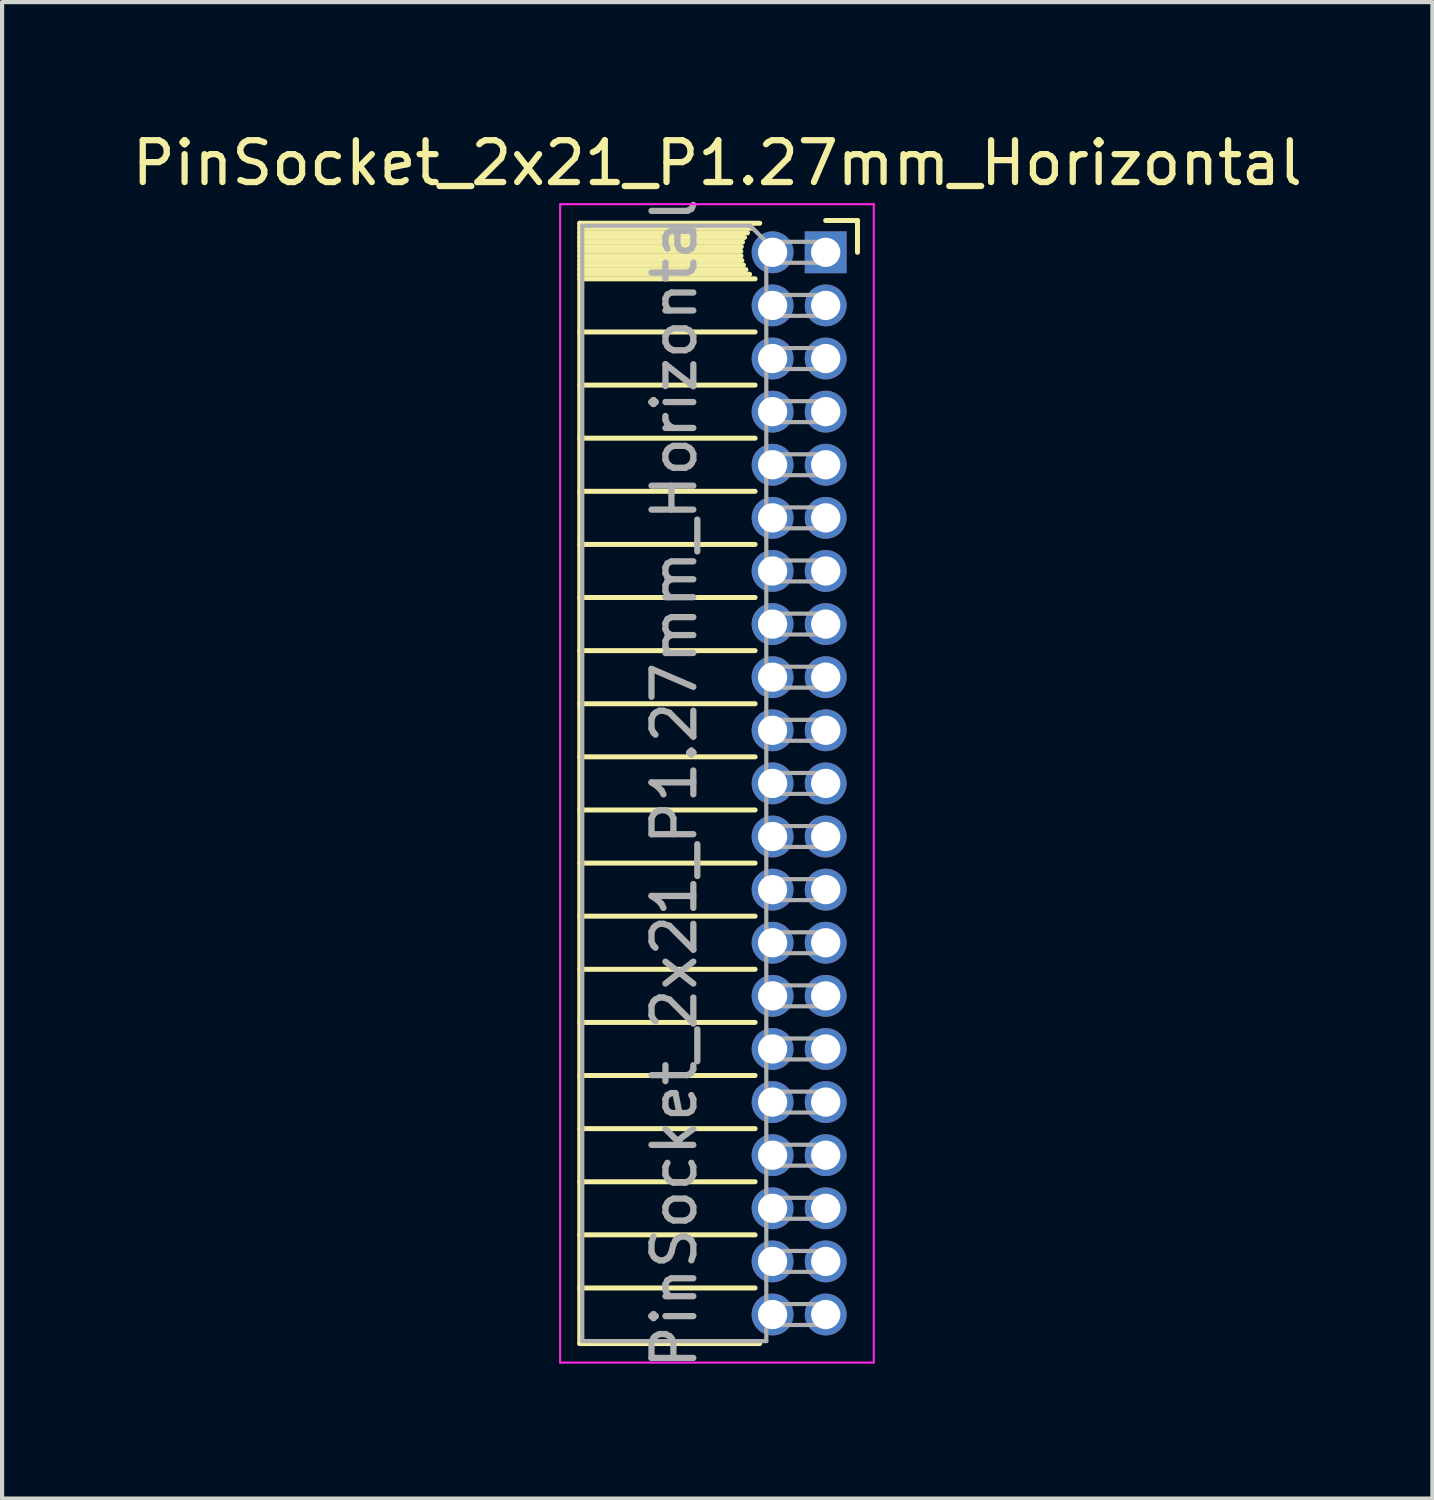
<source format=kicad_pcb>
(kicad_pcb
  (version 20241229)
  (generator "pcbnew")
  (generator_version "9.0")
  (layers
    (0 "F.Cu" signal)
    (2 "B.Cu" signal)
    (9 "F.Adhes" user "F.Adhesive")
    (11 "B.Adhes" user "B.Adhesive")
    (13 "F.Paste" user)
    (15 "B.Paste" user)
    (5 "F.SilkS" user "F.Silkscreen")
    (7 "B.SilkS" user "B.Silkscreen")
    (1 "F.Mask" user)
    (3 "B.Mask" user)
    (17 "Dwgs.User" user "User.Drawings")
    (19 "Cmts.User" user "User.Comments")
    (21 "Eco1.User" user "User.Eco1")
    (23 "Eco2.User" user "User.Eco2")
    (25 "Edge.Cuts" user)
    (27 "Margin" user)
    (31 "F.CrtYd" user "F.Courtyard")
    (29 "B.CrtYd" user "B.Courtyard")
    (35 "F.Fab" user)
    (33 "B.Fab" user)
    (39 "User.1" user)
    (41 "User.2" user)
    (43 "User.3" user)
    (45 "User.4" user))
  (footprint "PinSocket_2x21_P1.27mm_Horizontal"
    (layer "F.Cu")
    (at 16.694 2.983)
    (property "Reference" "PinSocket_2x21_P1.27mm_Horizontal" (at -2.592 -2.135 0) (layer "F.SilkS") (effects (font (size 1 1) (thickness 0.15))))
    (attr through_hole)
    (fp_line (start -5.88 -0.695) (end -5.88 26.095) (stroke (width 0.12) (type solid)) (layer "F.SilkS"))
    (fp_line (start -5.88 -0.695) (end -1.578 -0.695) (stroke (width 0.12) (type solid)) (layer "F.SilkS"))
    (fp_line (start -5.88 -0.575) (end -1.767 -0.575) (stroke (width 0.12) (type solid)) (layer "F.SilkS"))
    (fp_line (start -5.88 -0.465) (end -1.871 -0.465) (stroke (width 0.12) (type solid)) (layer "F.SilkS"))
    (fp_line (start -5.88 -0.355) (end -1.942 -0.355) (stroke (width 0.12) (type solid)) (layer "F.SilkS"))
    (fp_line (start -5.88 -0.245) (end -1.989 -0.245) (stroke (width 0.12) (type solid)) (layer "F.SilkS"))
    (fp_line (start -5.88 -0.135) (end -2.018 -0.135) (stroke (width 0.12) (type solid)) (layer "F.SilkS"))
    (fp_line (start -5.88 -0.025) (end -2.03 -0.025) (stroke (width 0.12) (type solid)) (layer "F.SilkS"))
    (fp_line (start -5.88 0.085) (end -2.025 0.085) (stroke (width 0.12) (type solid)) (layer "F.SilkS"))
    (fp_line (start -5.88 0.195) (end -2.005 0.195) (stroke (width 0.12) (type solid)) (layer "F.SilkS"))
    (fp_line (start -5.88 0.305) (end -1.966 0.305) (stroke (width 0.12) (type solid)) (layer "F.SilkS"))
    (fp_line (start -5.88 0.415) (end -1.907 0.415) (stroke (width 0.12) (type solid)) (layer "F.SilkS"))
    (fp_line (start -5.88 0.525) (end -1.82 0.525) (stroke (width 0.12) (type solid)) (layer "F.SilkS"))
    (fp_line (start -5.88 0.635) (end -1.688 0.635) (stroke (width 0.12) (type solid)) (layer "F.SilkS"))
    (fp_line (start -5.88 1.905) (end -1.688 1.905) (stroke (width 0.12) (type solid)) (layer "F.SilkS"))
    (fp_line (start -5.88 3.175) (end -1.688 3.175) (stroke (width 0.12) (type solid)) (layer "F.SilkS"))
    (fp_line (start -5.88 4.445) (end -1.688 4.445) (stroke (width 0.12) (type solid)) (layer "F.SilkS"))
    (fp_line (start -5.88 5.715) (end -1.688 5.715) (stroke (width 0.12) (type solid)) (layer "F.SilkS"))
    (fp_line (start -5.88 6.985) (end -1.688 6.985) (stroke (width 0.12) (type solid)) (layer "F.SilkS"))
    (fp_line (start -5.88 8.255) (end -1.688 8.255) (stroke (width 0.12) (type solid)) (layer "F.SilkS"))
    (fp_line (start -5.88 9.525) (end -1.688 9.525) (stroke (width 0.12) (type solid)) (layer "F.SilkS"))
    (fp_line (start -5.88 10.795) (end -1.688 10.795) (stroke (width 0.12) (type solid)) (layer "F.SilkS"))
    (fp_line (start -5.88 12.065) (end -1.688 12.065) (stroke (width 0.12) (type solid)) (layer "F.SilkS"))
    (fp_line (start -5.88 13.335) (end -1.688 13.335) (stroke (width 0.12) (type solid)) (layer "F.SilkS"))
    (fp_line (start -5.88 14.605) (end -1.688 14.605) (stroke (width 0.12) (type solid)) (layer "F.SilkS"))
    (fp_line (start -5.88 15.875) (end -1.688 15.875) (stroke (width 0.12) (type solid)) (layer "F.SilkS"))
    (fp_line (start -5.88 17.145) (end -1.688 17.145) (stroke (width 0.12) (type solid)) (layer "F.SilkS"))
    (fp_line (start -5.88 18.415) (end -1.688 18.415) (stroke (width 0.12) (type solid)) (layer "F.SilkS"))
    (fp_line (start -5.88 19.685) (end -1.688 19.685) (stroke (width 0.12) (type solid)) (layer "F.SilkS"))
    (fp_line (start -5.88 20.955) (end -1.688 20.955) (stroke (width 0.12) (type solid)) (layer "F.SilkS"))
    (fp_line (start -5.88 22.225) (end -1.688 22.225) (stroke (width 0.12) (type solid)) (layer "F.SilkS"))
    (fp_line (start -5.88 23.495) (end -1.688 23.495) (stroke (width 0.12) (type solid)) (layer "F.SilkS"))
    (fp_line (start -5.88 24.765) (end -1.688 24.765) (stroke (width 0.12) (type solid)) (layer "F.SilkS"))
    (fp_line (start -5.88 26.095) (end -1.578 26.095) (stroke (width 0.12) (type solid)) (layer "F.SilkS"))
    (fp_line (start 0 -0.76) (end 0.76 -0.76) (stroke (width 0.12) (type solid)) (layer "F.SilkS"))
    (fp_line (start 0.76 -0.76) (end 0.76 0) (stroke (width 0.12) (type solid)) (layer "F.SilkS"))
    (fp_line (start -6.35 -1.15) (end -6.35 26.55) (stroke (width 0.05) (type solid)) (layer "F.CrtYd"))
    (fp_line (start -6.35 26.55) (end 1.15 26.55) (stroke (width 0.05) (type solid)) (layer "F.CrtYd"))
    (fp_line (start 1.15 -1.15) (end -6.35 -1.15) (stroke (width 0.05) (type solid)) (layer "F.CrtYd"))
    (fp_line (start 1.15 26.55) (end 1.15 -1.15) (stroke (width 0.05) (type solid)) (layer "F.CrtYd"))
    (fp_line (start -5.82 -0.635) (end -1.805 -0.635) (stroke (width 0.1) (type solid)) (layer "F.Fab"))
    (fp_line (start -5.82 26.035) (end -5.82 -0.635) (stroke (width 0.1) (type solid)) (layer "F.Fab"))
    (fp_line (start -1.805 -0.635) (end -1.42 -0.25) (stroke (width 0.1) (type solid)) (layer "F.Fab"))
    (fp_line (start -1.42 -0.25) (end -1.42 26.035) (stroke (width 0.1) (type solid)) (layer "F.Fab"))
    (fp_line (start -1.42 0.25) (end 0 0.25) (stroke (width 0.1) (type solid)) (layer "F.Fab"))
    (fp_line (start -1.42 1.52) (end 0 1.52) (stroke (width 0.1) (type solid)) (layer "F.Fab"))
    (fp_line (start -1.42 2.79) (end 0 2.79) (stroke (width 0.1) (type solid)) (layer "F.Fab"))
    (fp_line (start -1.42 4.06) (end 0 4.06) (stroke (width 0.1) (type solid)) (layer "F.Fab"))
    (fp_line (start -1.42 5.33) (end 0 5.33) (stroke (width 0.1) (type solid)) (layer "F.Fab"))
    (fp_line (start -1.42 6.6) (end 0 6.6) (stroke (width 0.1) (type solid)) (layer "F.Fab"))
    (fp_line (start -1.42 7.87) (end 0 7.87) (stroke (width 0.1) (type solid)) (layer "F.Fab"))
    (fp_line (start -1.42 9.14) (end 0 9.14) (stroke (width 0.1) (type solid)) (layer "F.Fab"))
    (fp_line (start -1.42 10.41) (end 0 10.41) (stroke (width 0.1) (type solid)) (layer "F.Fab"))
    (fp_line (start -1.42 11.68) (end 0 11.68) (stroke (width 0.1) (type solid)) (layer "F.Fab"))
    (fp_line (start -1.42 12.95) (end 0 12.95) (stroke (width 0.1) (type solid)) (layer "F.Fab"))
    (fp_line (start -1.42 14.22) (end 0 14.22) (stroke (width 0.1) (type solid)) (layer "F.Fab"))
    (fp_line (start -1.42 15.49) (end 0 15.49) (stroke (width 0.1) (type solid)) (layer "F.Fab"))
    (fp_line (start -1.42 16.76) (end 0 16.76) (stroke (width 0.1) (type solid)) (layer "F.Fab"))
    (fp_line (start -1.42 18.03) (end 0 18.03) (stroke (width 0.1) (type solid)) (layer "F.Fab"))
    (fp_line (start -1.42 19.3) (end 0 19.3) (stroke (width 0.1) (type solid)) (layer "F.Fab"))
    (fp_line (start -1.42 20.57) (end 0 20.57) (stroke (width 0.1) (type solid)) (layer "F.Fab"))
    (fp_line (start -1.42 21.84) (end 0 21.84) (stroke (width 0.1) (type solid)) (layer "F.Fab"))
    (fp_line (start -1.42 23.11) (end 0 23.11) (stroke (width 0.1) (type solid)) (layer "F.Fab"))
    (fp_line (start -1.42 24.38) (end 0 24.38) (stroke (width 0.1) (type solid)) (layer "F.Fab"))
    (fp_line (start -1.42 25.65) (end 0 25.65) (stroke (width 0.1) (type solid)) (layer "F.Fab"))
    (fp_line (start -1.42 26.035) (end -5.82 26.035) (stroke (width 0.1) (type solid)) (layer "F.Fab"))
    (fp_line (start 0 -0.25) (end -1.42 -0.25) (stroke (width 0.1) (type solid)) (layer "F.Fab"))
    (fp_line (start 0 0.25) (end 0 -0.25) (stroke (width 0.1) (type solid)) (layer "F.Fab"))
    (fp_line (start 0 1.02) (end -1.42 1.02) (stroke (width 0.1) (type solid)) (layer "F.Fab"))
    (fp_line (start 0 1.52) (end 0 1.02) (stroke (width 0.1) (type solid)) (layer "F.Fab"))
    (fp_line (start 0 2.29) (end -1.42 2.29) (stroke (width 0.1) (type solid)) (layer "F.Fab"))
    (fp_line (start 0 2.79) (end 0 2.29) (stroke (width 0.1) (type solid)) (layer "F.Fab"))
    (fp_line (start 0 3.56) (end -1.42 3.56) (stroke (width 0.1) (type solid)) (layer "F.Fab"))
    (fp_line (start 0 4.06) (end 0 3.56) (stroke (width 0.1) (type solid)) (layer "F.Fab"))
    (fp_line (start 0 4.83) (end -1.42 4.83) (stroke (width 0.1) (type solid)) (layer "F.Fab"))
    (fp_line (start 0 5.33) (end 0 4.83) (stroke (width 0.1) (type solid)) (layer "F.Fab"))
    (fp_line (start 0 6.1) (end -1.42 6.1) (stroke (width 0.1) (type solid)) (layer "F.Fab"))
    (fp_line (start 0 6.6) (end 0 6.1) (stroke (width 0.1) (type solid)) (layer "F.Fab"))
    (fp_line (start 0 7.37) (end -1.42 7.37) (stroke (width 0.1) (type solid)) (layer "F.Fab"))
    (fp_line (start 0 7.87) (end 0 7.37) (stroke (width 0.1) (type solid)) (layer "F.Fab"))
    (fp_line (start 0 8.64) (end -1.42 8.64) (stroke (width 0.1) (type solid)) (layer "F.Fab"))
    (fp_line (start 0 9.14) (end 0 8.64) (stroke (width 0.1) (type solid)) (layer "F.Fab"))
    (fp_line (start 0 9.91) (end -1.42 9.91) (stroke (width 0.1) (type solid)) (layer "F.Fab"))
    (fp_line (start 0 10.41) (end 0 9.91) (stroke (width 0.1) (type solid)) (layer "F.Fab"))
    (fp_line (start 0 11.18) (end -1.42 11.18) (stroke (width 0.1) (type solid)) (layer "F.Fab"))
    (fp_line (start 0 11.68) (end 0 11.18) (stroke (width 0.1) (type solid)) (layer "F.Fab"))
    (fp_line (start 0 12.45) (end -1.42 12.45) (stroke (width 0.1) (type solid)) (layer "F.Fab"))
    (fp_line (start 0 12.95) (end 0 12.45) (stroke (width 0.1) (type solid)) (layer "F.Fab"))
    (fp_line (start 0 13.72) (end -1.42 13.72) (stroke (width 0.1) (type solid)) (layer "F.Fab"))
    (fp_line (start 0 14.22) (end 0 13.72) (stroke (width 0.1) (type solid)) (layer "F.Fab"))
    (fp_line (start 0 14.99) (end -1.42 14.99) (stroke (width 0.1) (type solid)) (layer "F.Fab"))
    (fp_line (start 0 15.49) (end 0 14.99) (stroke (width 0.1) (type solid)) (layer "F.Fab"))
    (fp_line (start 0 16.26) (end -1.42 16.26) (stroke (width 0.1) (type solid)) (layer "F.Fab"))
    (fp_line (start 0 16.76) (end 0 16.26) (stroke (width 0.1) (type solid)) (layer "F.Fab"))
    (fp_line (start 0 17.53) (end -1.42 17.53) (stroke (width 0.1) (type solid)) (layer "F.Fab"))
    (fp_line (start 0 18.03) (end 0 17.53) (stroke (width 0.1) (type solid)) (layer "F.Fab"))
    (fp_line (start 0 18.8) (end -1.42 18.8) (stroke (width 0.1) (type solid)) (layer "F.Fab"))
    (fp_line (start 0 19.3) (end 0 18.8) (stroke (width 0.1) (type solid)) (layer "F.Fab"))
    (fp_line (start 0 20.07) (end -1.42 20.07) (stroke (width 0.1) (type solid)) (layer "F.Fab"))
    (fp_line (start 0 20.57) (end 0 20.07) (stroke (width 0.1) (type solid)) (layer "F.Fab"))
    (fp_line (start 0 21.34) (end -1.42 21.34) (stroke (width 0.1) (type solid)) (layer "F.Fab"))
    (fp_line (start 0 21.84) (end 0 21.34) (stroke (width 0.1) (type solid)) (layer "F.Fab"))
    (fp_line (start 0 22.61) (end -1.42 22.61) (stroke (width 0.1) (type solid)) (layer "F.Fab"))
    (fp_line (start 0 23.11) (end 0 22.61) (stroke (width 0.1) (type solid)) (layer "F.Fab"))
    (fp_line (start 0 23.88) (end -1.42 23.88) (stroke (width 0.1) (type solid)) (layer "F.Fab"))
    (fp_line (start 0 24.38) (end 0 23.88) (stroke (width 0.1) (type solid)) (layer "F.Fab"))
    (fp_line (start 0 25.15) (end -1.42 25.15) (stroke (width 0.1) (type solid)) (layer "F.Fab"))
    (fp_line (start 0 25.65) (end 0 25.15) (stroke (width 0.1) (type solid)) (layer "F.Fab"))
    (fp_text user "${REFERENCE}" (at -3.62 12.7 90) (layer "F.Fab") (effects (font (size 1 1) (thickness 0.15))))
    (pad "1" thru_hole rect (at 0 0) (size 1 1) (drill 0.7) (layers "*.Cu" "*.Mask"))
    (pad "2" thru_hole oval (at -1.27 0) (size 1 1) (drill 0.7) (layers "*.Cu" "*.Mask"))
    (pad "3" thru_hole oval (at 0 1.27) (size 1 1) (drill 0.7) (layers "*.Cu" "*.Mask"))
    (pad "4" thru_hole oval (at -1.27 1.27) (size 1 1) (drill 0.7) (layers "*.Cu" "*.Mask"))
    (pad "5" thru_hole oval (at 0 2.54) (size 1 1) (drill 0.7) (layers "*.Cu" "*.Mask"))
    (pad "6" thru_hole oval (at -1.27 2.54) (size 1 1) (drill 0.7) (layers "*.Cu" "*.Mask"))
    (pad "7" thru_hole oval (at 0 3.81) (size 1 1) (drill 0.7) (layers "*.Cu" "*.Mask"))
    (pad "8" thru_hole oval (at -1.27 3.81) (size 1 1) (drill 0.7) (layers "*.Cu" "*.Mask"))
    (pad "9" thru_hole oval (at 0 5.08) (size 1 1) (drill 0.7) (layers "*.Cu" "*.Mask"))
    (pad "10" thru_hole oval (at -1.27 5.08) (size 1 1) (drill 0.7) (layers "*.Cu" "*.Mask"))
    (pad "11" thru_hole oval (at 0 6.35) (size 1 1) (drill 0.7) (layers "*.Cu" "*.Mask"))
    (pad "12" thru_hole oval (at -1.27 6.35) (size 1 1) (drill 0.7) (layers "*.Cu" "*.Mask"))
    (pad "13" thru_hole oval (at 0 7.62) (size 1 1) (drill 0.7) (layers "*.Cu" "*.Mask"))
    (pad "14" thru_hole oval (at -1.27 7.62) (size 1 1) (drill 0.7) (layers "*.Cu" "*.Mask"))
    (pad "15" thru_hole oval (at 0 8.89) (size 1 1) (drill 0.7) (layers "*.Cu" "*.Mask"))
    (pad "16" thru_hole oval (at -1.27 8.89) (size 1 1) (drill 0.7) (layers "*.Cu" "*.Mask"))
    (pad "17" thru_hole oval (at 0 10.16) (size 1 1) (drill 0.7) (layers "*.Cu" "*.Mask"))
    (pad "18" thru_hole oval (at -1.27 10.16) (size 1 1) (drill 0.7) (layers "*.Cu" "*.Mask"))
    (pad "19" thru_hole oval (at 0 11.43) (size 1 1) (drill 0.7) (layers "*.Cu" "*.Mask"))
    (pad "20" thru_hole oval (at -1.27 11.43) (size 1 1) (drill 0.7) (layers "*.Cu" "*.Mask"))
    (pad "21" thru_hole oval (at 0 12.7) (size 1 1) (drill 0.7) (layers "*.Cu" "*.Mask"))
    (pad "22" thru_hole oval (at -1.27 12.7) (size 1 1) (drill 0.7) (layers "*.Cu" "*.Mask"))
    (pad "23" thru_hole oval (at 0 13.97) (size 1 1) (drill 0.7) (layers "*.Cu" "*.Mask"))
    (pad "24" thru_hole oval (at -1.27 13.97) (size 1 1) (drill 0.7) (layers "*.Cu" "*.Mask"))
    (pad "25" thru_hole oval (at 0 15.24) (size 1 1) (drill 0.7) (layers "*.Cu" "*.Mask"))
    (pad "26" thru_hole oval (at -1.27 15.24) (size 1 1) (drill 0.7) (layers "*.Cu" "*.Mask"))
    (pad "27" thru_hole oval (at 0 16.51) (size 1 1) (drill 0.7) (layers "*.Cu" "*.Mask"))
    (pad "28" thru_hole oval (at -1.27 16.51) (size 1 1) (drill 0.7) (layers "*.Cu" "*.Mask"))
    (pad "29" thru_hole oval (at 0 17.78) (size 1 1) (drill 0.7) (layers "*.Cu" "*.Mask"))
    (pad "30" thru_hole oval (at -1.27 17.78) (size 1 1) (drill 0.7) (layers "*.Cu" "*.Mask"))
    (pad "31" thru_hole oval (at 0 19.05) (size 1 1) (drill 0.7) (layers "*.Cu" "*.Mask"))
    (pad "32" thru_hole oval (at -1.27 19.05) (size 1 1) (drill 0.7) (layers "*.Cu" "*.Mask"))
    (pad "33" thru_hole oval (at 0 20.32) (size 1 1) (drill 0.7) (layers "*.Cu" "*.Mask"))
    (pad "34" thru_hole oval (at -1.27 20.32) (size 1 1) (drill 0.7) (layers "*.Cu" "*.Mask"))
    (pad "35" thru_hole oval (at 0 21.59) (size 1 1) (drill 0.7) (layers "*.Cu" "*.Mask"))
    (pad "36" thru_hole oval (at -1.27 21.59) (size 1 1) (drill 0.7) (layers "*.Cu" "*.Mask"))
    (pad "37" thru_hole oval (at 0 22.86) (size 1 1) (drill 0.7) (layers "*.Cu" "*.Mask"))
    (pad "38" thru_hole oval (at -1.27 22.86) (size 1 1) (drill 0.7) (layers "*.Cu" "*.Mask"))
    (pad "39" thru_hole oval (at 0 24.13) (size 1 1) (drill 0.7) (layers "*.Cu" "*.Mask"))
    (pad "40" thru_hole oval (at -1.27 24.13) (size 1 1) (drill 0.7) (layers "*.Cu" "*.Mask"))
    (pad "41" thru_hole oval (at 0 25.4) (size 1 1) (drill 0.7) (layers "*.Cu" "*.Mask"))
    (pad "42" thru_hole oval (at -1.27 25.4) (size 1 1) (drill 0.7) (layers "*.Cu" "*.Mask")))
  (gr_rect
    (start -3 -3)
    (end 31.202 32.784)
    (stroke (width 0.1) (type default))
    (fill no)
    (layer "Edge.Cuts")))
</source>
